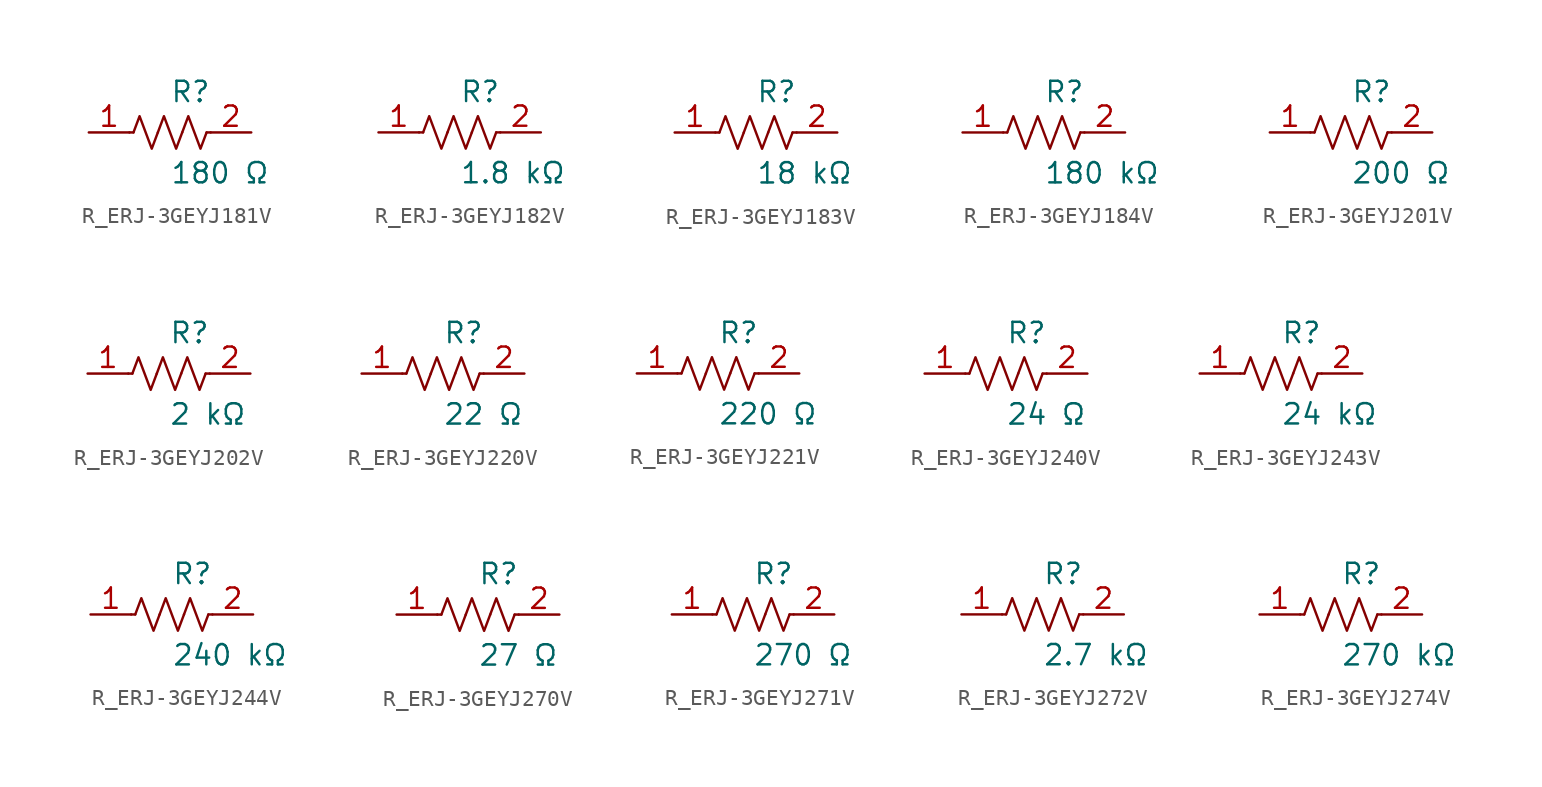
<source format=kicad_sym>
(kicad_symbol_lib
  (version 20231120)
  (generator kicad_symbol_editor)
  (generator_version 8.0)
  (symbol "R_ERJ-3GEYJ181V"
    (pin_names
      (offset 0.254))
    (property "Reference" "R"
      (at 0.0 2.54 0)
      (effects (font (size 1.27 1.27)) (justify left)))
    (property "Value" "180 Ω"
      (at 0.0 -2.54 0)
      (effects (font (size 1.27 1.27)) (justify left)))
    (symbol "R_ERJ-3GEYJ181V_0_1"
      (polyline (pts (xy 2.286 0) (xy 2.54 0)) (stroke (width 0) (type default)) (fill (type none)))
      (polyline (pts (xy -2.286 0) (xy -2.54 0)) (stroke (width 0) (type default)) (fill (type none)))
      (polyline (pts (xy 0.762 0) (xy 1.143 1.016) (xy 1.524 0) (xy 1.905 -1.016) (xy 2.286 0)) (stroke (width 0) (type default)) (fill (type none)))
      (polyline (pts (xy -0.762 0) (xy -0.381 1.016) (xy 0 0) (xy 0.381 -1.016) (xy 0.762 0)) (stroke (width 0) (type default)) (fill (type none)))
      (polyline (pts (xy -2.286 0) (xy -1.905 1.016) (xy -1.524 0) (xy -1.143 -1.016) (xy -0.762 0)) (stroke (width 0) (type default)) (fill (type none))))
    (pin unspecified line
      (at -5.08 0 0)
      (length 2.54)
      (name "" (effects (font (size 1.27 1.27))))
      (number "1" (effects (font (size 1.27 1.27)))))
    (pin unspecified line
      (at 5.08 0 180)
      (length 2.54)
      (name "" (effects (font (size 1.27 1.27))))
      (number "2" (effects (font (size 1.27 1.27))))))
  (symbol "R_ERJ-3GEYJ182V"
    (pin_names
      (offset 0.254))
    (property "Reference" "R"
      (at 0.0 2.54 0)
      (effects (font (size 1.27 1.27)) (justify left)))
    (property "Value" "1.8 kΩ"
      (at 0.0 -2.54 0)
      (effects (font (size 1.27 1.27)) (justify left)))
    (symbol "R_ERJ-3GEYJ182V_0_1"
      (polyline (pts (xy 2.286 0) (xy 2.54 0)) (stroke (width 0) (type default)) (fill (type none)))
      (polyline (pts (xy -2.286 0) (xy -2.54 0)) (stroke (width 0) (type default)) (fill (type none)))
      (polyline (pts (xy 0.762 0) (xy 1.143 1.016) (xy 1.524 0) (xy 1.905 -1.016) (xy 2.286 0)) (stroke (width 0) (type default)) (fill (type none)))
      (polyline (pts (xy -0.762 0) (xy -0.381 1.016) (xy 0 0) (xy 0.381 -1.016) (xy 0.762 0)) (stroke (width 0) (type default)) (fill (type none)))
      (polyline (pts (xy -2.286 0) (xy -1.905 1.016) (xy -1.524 0) (xy -1.143 -1.016) (xy -0.762 0)) (stroke (width 0) (type default)) (fill (type none))))
    (pin unspecified line
      (at -5.08 0 0)
      (length 2.54)
      (name "" (effects (font (size 1.27 1.27))))
      (number "1" (effects (font (size 1.27 1.27)))))
    (pin unspecified line
      (at 5.08 0 180)
      (length 2.54)
      (name "" (effects (font (size 1.27 1.27))))
      (number "2" (effects (font (size 1.27 1.27))))))
  (symbol "R_ERJ-3GEYJ183V"
    (pin_names
      (offset 0.254))
    (property "Reference" "R"
      (at 0.0 2.54 0)
      (effects (font (size 1.27 1.27)) (justify left)))
    (property "Value" "18 kΩ"
      (at 0.0 -2.54 0)
      (effects (font (size 1.27 1.27)) (justify left)))
    (symbol "R_ERJ-3GEYJ183V_0_1"
      (polyline (pts (xy 2.286 0) (xy 2.54 0)) (stroke (width 0) (type default)) (fill (type none)))
      (polyline (pts (xy -2.286 0) (xy -2.54 0)) (stroke (width 0) (type default)) (fill (type none)))
      (polyline (pts (xy 0.762 0) (xy 1.143 1.016) (xy 1.524 0) (xy 1.905 -1.016) (xy 2.286 0)) (stroke (width 0) (type default)) (fill (type none)))
      (polyline (pts (xy -0.762 0) (xy -0.381 1.016) (xy 0 0) (xy 0.381 -1.016) (xy 0.762 0)) (stroke (width 0) (type default)) (fill (type none)))
      (polyline (pts (xy -2.286 0) (xy -1.905 1.016) (xy -1.524 0) (xy -1.143 -1.016) (xy -0.762 0)) (stroke (width 0) (type default)) (fill (type none))))
    (pin unspecified line
      (at -5.08 0 0)
      (length 2.54)
      (name "" (effects (font (size 1.27 1.27))))
      (number "1" (effects (font (size 1.27 1.27)))))
    (pin unspecified line
      (at 5.08 0 180)
      (length 2.54)
      (name "" (effects (font (size 1.27 1.27))))
      (number "2" (effects (font (size 1.27 1.27))))))
  (symbol "R_ERJ-3GEYJ184V"
    (pin_names
      (offset 0.254))
    (property "Reference" "R"
      (at 0.0 2.54 0)
      (effects (font (size 1.27 1.27)) (justify left)))
    (property "Value" "180 kΩ"
      (at 0.0 -2.54 0)
      (effects (font (size 1.27 1.27)) (justify left)))
    (symbol "R_ERJ-3GEYJ184V_0_1"
      (polyline (pts (xy 2.286 0) (xy 2.54 0)) (stroke (width 0) (type default)) (fill (type none)))
      (polyline (pts (xy -2.286 0) (xy -2.54 0)) (stroke (width 0) (type default)) (fill (type none)))
      (polyline (pts (xy 0.762 0) (xy 1.143 1.016) (xy 1.524 0) (xy 1.905 -1.016) (xy 2.286 0)) (stroke (width 0) (type default)) (fill (type none)))
      (polyline (pts (xy -0.762 0) (xy -0.381 1.016) (xy 0 0) (xy 0.381 -1.016) (xy 0.762 0)) (stroke (width 0) (type default)) (fill (type none)))
      (polyline (pts (xy -2.286 0) (xy -1.905 1.016) (xy -1.524 0) (xy -1.143 -1.016) (xy -0.762 0)) (stroke (width 0) (type default)) (fill (type none))))
    (pin unspecified line
      (at -5.08 0 0)
      (length 2.54)
      (name "" (effects (font (size 1.27 1.27))))
      (number "1" (effects (font (size 1.27 1.27)))))
    (pin unspecified line
      (at 5.08 0 180)
      (length 2.54)
      (name "" (effects (font (size 1.27 1.27))))
      (number "2" (effects (font (size 1.27 1.27))))))
  (symbol "R_ERJ-3GEYJ201V"
    (pin_names
      (offset 0.254))
    (property "Reference" "R"
      (at 0.0 2.54 0)
      (effects (font (size 1.27 1.27)) (justify left)))
    (property "Value" "200 Ω"
      (at 0.0 -2.54 0)
      (effects (font (size 1.27 1.27)) (justify left)))
    (symbol "R_ERJ-3GEYJ201V_0_1"
      (polyline (pts (xy 2.286 0) (xy 2.54 0)) (stroke (width 0) (type default)) (fill (type none)))
      (polyline (pts (xy -2.286 0) (xy -2.54 0)) (stroke (width 0) (type default)) (fill (type none)))
      (polyline (pts (xy 0.762 0) (xy 1.143 1.016) (xy 1.524 0) (xy 1.905 -1.016) (xy 2.286 0)) (stroke (width 0) (type default)) (fill (type none)))
      (polyline (pts (xy -0.762 0) (xy -0.381 1.016) (xy 0 0) (xy 0.381 -1.016) (xy 0.762 0)) (stroke (width 0) (type default)) (fill (type none)))
      (polyline (pts (xy -2.286 0) (xy -1.905 1.016) (xy -1.524 0) (xy -1.143 -1.016) (xy -0.762 0)) (stroke (width 0) (type default)) (fill (type none))))
    (pin unspecified line
      (at -5.08 0 0)
      (length 2.54)
      (name "" (effects (font (size 1.27 1.27))))
      (number "1" (effects (font (size 1.27 1.27)))))
    (pin unspecified line
      (at 5.08 0 180)
      (length 2.54)
      (name "" (effects (font (size 1.27 1.27))))
      (number "2" (effects (font (size 1.27 1.27))))))
  (symbol "R_ERJ-3GEYJ202V"
    (pin_names
      (offset 0.254))
    (property "Reference" "R"
      (at 0.0 2.54 0)
      (effects (font (size 1.27 1.27)) (justify left)))
    (property "Value" "2 kΩ"
      (at 0.0 -2.54 0)
      (effects (font (size 1.27 1.27)) (justify left)))
    (symbol "R_ERJ-3GEYJ202V_0_1"
      (polyline (pts (xy 2.286 0) (xy 2.54 0)) (stroke (width 0) (type default)) (fill (type none)))
      (polyline (pts (xy -2.286 0) (xy -2.54 0)) (stroke (width 0) (type default)) (fill (type none)))
      (polyline (pts (xy 0.762 0) (xy 1.143 1.016) (xy 1.524 0) (xy 1.905 -1.016) (xy 2.286 0)) (stroke (width 0) (type default)) (fill (type none)))
      (polyline (pts (xy -0.762 0) (xy -0.381 1.016) (xy 0 0) (xy 0.381 -1.016) (xy 0.762 0)) (stroke (width 0) (type default)) (fill (type none)))
      (polyline (pts (xy -2.286 0) (xy -1.905 1.016) (xy -1.524 0) (xy -1.143 -1.016) (xy -0.762 0)) (stroke (width 0) (type default)) (fill (type none))))
    (pin unspecified line
      (at -5.08 0 0)
      (length 2.54)
      (name "" (effects (font (size 1.27 1.27))))
      (number "1" (effects (font (size 1.27 1.27)))))
    (pin unspecified line
      (at 5.08 0 180)
      (length 2.54)
      (name "" (effects (font (size 1.27 1.27))))
      (number "2" (effects (font (size 1.27 1.27))))))
  (symbol "R_ERJ-3GEYJ220V"
    (pin_names
      (offset 0.254))
    (property "Reference" "R"
      (at 0.0 2.54 0)
      (effects (font (size 1.27 1.27)) (justify left)))
    (property "Value" "22 Ω"
      (at 0.0 -2.54 0)
      (effects (font (size 1.27 1.27)) (justify left)))
    (symbol "R_ERJ-3GEYJ220V_0_1"
      (polyline (pts (xy 2.286 0) (xy 2.54 0)) (stroke (width 0) (type default)) (fill (type none)))
      (polyline (pts (xy -2.286 0) (xy -2.54 0)) (stroke (width 0) (type default)) (fill (type none)))
      (polyline (pts (xy 0.762 0) (xy 1.143 1.016) (xy 1.524 0) (xy 1.905 -1.016) (xy 2.286 0)) (stroke (width 0) (type default)) (fill (type none)))
      (polyline (pts (xy -0.762 0) (xy -0.381 1.016) (xy 0 0) (xy 0.381 -1.016) (xy 0.762 0)) (stroke (width 0) (type default)) (fill (type none)))
      (polyline (pts (xy -2.286 0) (xy -1.905 1.016) (xy -1.524 0) (xy -1.143 -1.016) (xy -0.762 0)) (stroke (width 0) (type default)) (fill (type none))))
    (pin unspecified line
      (at -5.08 0 0)
      (length 2.54)
      (name "" (effects (font (size 1.27 1.27))))
      (number "1" (effects (font (size 1.27 1.27)))))
    (pin unspecified line
      (at 5.08 0 180)
      (length 2.54)
      (name "" (effects (font (size 1.27 1.27))))
      (number "2" (effects (font (size 1.27 1.27))))))
  (symbol "R_ERJ-3GEYJ221V"
    (pin_names
      (offset 0.254))
    (property "Reference" "R"
      (at 0.0 2.54 0)
      (effects (font (size 1.27 1.27)) (justify left)))
    (property "Value" "220 Ω"
      (at 0.0 -2.54 0)
      (effects (font (size 1.27 1.27)) (justify left)))
    (symbol "R_ERJ-3GEYJ221V_0_1"
      (polyline (pts (xy 2.286 0) (xy 2.54 0)) (stroke (width 0) (type default)) (fill (type none)))
      (polyline (pts (xy -2.286 0) (xy -2.54 0)) (stroke (width 0) (type default)) (fill (type none)))
      (polyline (pts (xy 0.762 0) (xy 1.143 1.016) (xy 1.524 0) (xy 1.905 -1.016) (xy 2.286 0)) (stroke (width 0) (type default)) (fill (type none)))
      (polyline (pts (xy -0.762 0) (xy -0.381 1.016) (xy 0 0) (xy 0.381 -1.016) (xy 0.762 0)) (stroke (width 0) (type default)) (fill (type none)))
      (polyline (pts (xy -2.286 0) (xy -1.905 1.016) (xy -1.524 0) (xy -1.143 -1.016) (xy -0.762 0)) (stroke (width 0) (type default)) (fill (type none))))
    (pin unspecified line
      (at -5.08 0 0)
      (length 2.54)
      (name "" (effects (font (size 1.27 1.27))))
      (number "1" (effects (font (size 1.27 1.27)))))
    (pin unspecified line
      (at 5.08 0 180)
      (length 2.54)
      (name "" (effects (font (size 1.27 1.27))))
      (number "2" (effects (font (size 1.27 1.27))))))
  (symbol "R_ERJ-3GEYJ240V"
    (pin_names
      (offset 0.254))
    (property "Reference" "R"
      (at 0.0 2.54 0)
      (effects (font (size 1.27 1.27)) (justify left)))
    (property "Value" "24 Ω"
      (at 0.0 -2.54 0)
      (effects (font (size 1.27 1.27)) (justify left)))
    (symbol "R_ERJ-3GEYJ240V_0_1"
      (polyline (pts (xy 2.286 0) (xy 2.54 0)) (stroke (width 0) (type default)) (fill (type none)))
      (polyline (pts (xy -2.286 0) (xy -2.54 0)) (stroke (width 0) (type default)) (fill (type none)))
      (polyline (pts (xy 0.762 0) (xy 1.143 1.016) (xy 1.524 0) (xy 1.905 -1.016) (xy 2.286 0)) (stroke (width 0) (type default)) (fill (type none)))
      (polyline (pts (xy -0.762 0) (xy -0.381 1.016) (xy 0 0) (xy 0.381 -1.016) (xy 0.762 0)) (stroke (width 0) (type default)) (fill (type none)))
      (polyline (pts (xy -2.286 0) (xy -1.905 1.016) (xy -1.524 0) (xy -1.143 -1.016) (xy -0.762 0)) (stroke (width 0) (type default)) (fill (type none))))
    (pin unspecified line
      (at -5.08 0 0)
      (length 2.54)
      (name "" (effects (font (size 1.27 1.27))))
      (number "1" (effects (font (size 1.27 1.27)))))
    (pin unspecified line
      (at 5.08 0 180)
      (length 2.54)
      (name "" (effects (font (size 1.27 1.27))))
      (number "2" (effects (font (size 1.27 1.27))))))
  (symbol "R_ERJ-3GEYJ243V"
    (pin_names
      (offset 0.254))
    (property "Reference" "R"
      (at 0.0 2.54 0)
      (effects (font (size 1.27 1.27)) (justify left)))
    (property "Value" "24 kΩ"
      (at 0.0 -2.54 0)
      (effects (font (size 1.27 1.27)) (justify left)))
    (symbol "R_ERJ-3GEYJ243V_0_1"
      (polyline (pts (xy 2.286 0) (xy 2.54 0)) (stroke (width 0) (type default)) (fill (type none)))
      (polyline (pts (xy -2.286 0) (xy -2.54 0)) (stroke (width 0) (type default)) (fill (type none)))
      (polyline (pts (xy 0.762 0) (xy 1.143 1.016) (xy 1.524 0) (xy 1.905 -1.016) (xy 2.286 0)) (stroke (width 0) (type default)) (fill (type none)))
      (polyline (pts (xy -0.762 0) (xy -0.381 1.016) (xy 0 0) (xy 0.381 -1.016) (xy 0.762 0)) (stroke (width 0) (type default)) (fill (type none)))
      (polyline (pts (xy -2.286 0) (xy -1.905 1.016) (xy -1.524 0) (xy -1.143 -1.016) (xy -0.762 0)) (stroke (width 0) (type default)) (fill (type none))))
    (pin unspecified line
      (at -5.08 0 0)
      (length 2.54)
      (name "" (effects (font (size 1.27 1.27))))
      (number "1" (effects (font (size 1.27 1.27)))))
    (pin unspecified line
      (at 5.08 0 180)
      (length 2.54)
      (name "" (effects (font (size 1.27 1.27))))
      (number "2" (effects (font (size 1.27 1.27))))))
  (symbol "R_ERJ-3GEYJ244V"
    (pin_names
      (offset 0.254))
    (property "Reference" "R"
      (at 0.0 2.54 0)
      (effects (font (size 1.27 1.27)) (justify left)))
    (property "Value" "240 kΩ"
      (at 0.0 -2.54 0)
      (effects (font (size 1.27 1.27)) (justify left)))
    (symbol "R_ERJ-3GEYJ244V_0_1"
      (polyline (pts (xy 2.286 0) (xy 2.54 0)) (stroke (width 0) (type default)) (fill (type none)))
      (polyline (pts (xy -2.286 0) (xy -2.54 0)) (stroke (width 0) (type default)) (fill (type none)))
      (polyline (pts (xy 0.762 0) (xy 1.143 1.016) (xy 1.524 0) (xy 1.905 -1.016) (xy 2.286 0)) (stroke (width 0) (type default)) (fill (type none)))
      (polyline (pts (xy -0.762 0) (xy -0.381 1.016) (xy 0 0) (xy 0.381 -1.016) (xy 0.762 0)) (stroke (width 0) (type default)) (fill (type none)))
      (polyline (pts (xy -2.286 0) (xy -1.905 1.016) (xy -1.524 0) (xy -1.143 -1.016) (xy -0.762 0)) (stroke (width 0) (type default)) (fill (type none))))
    (pin unspecified line
      (at -5.08 0 0)
      (length 2.54)
      (name "" (effects (font (size 1.27 1.27))))
      (number "1" (effects (font (size 1.27 1.27)))))
    (pin unspecified line
      (at 5.08 0 180)
      (length 2.54)
      (name "" (effects (font (size 1.27 1.27))))
      (number "2" (effects (font (size 1.27 1.27))))))
  (symbol "R_ERJ-3GEYJ270V"
    (pin_names
      (offset 0.254))
    (property "Reference" "R"
      (at 0.0 2.54 0)
      (effects (font (size 1.27 1.27)) (justify left)))
    (property "Value" "27 Ω"
      (at 0.0 -2.54 0)
      (effects (font (size 1.27 1.27)) (justify left)))
    (symbol "R_ERJ-3GEYJ270V_0_1"
      (polyline (pts (xy 2.286 0) (xy 2.54 0)) (stroke (width 0) (type default)) (fill (type none)))
      (polyline (pts (xy -2.286 0) (xy -2.54 0)) (stroke (width 0) (type default)) (fill (type none)))
      (polyline (pts (xy 0.762 0) (xy 1.143 1.016) (xy 1.524 0) (xy 1.905 -1.016) (xy 2.286 0)) (stroke (width 0) (type default)) (fill (type none)))
      (polyline (pts (xy -0.762 0) (xy -0.381 1.016) (xy 0 0) (xy 0.381 -1.016) (xy 0.762 0)) (stroke (width 0) (type default)) (fill (type none)))
      (polyline (pts (xy -2.286 0) (xy -1.905 1.016) (xy -1.524 0) (xy -1.143 -1.016) (xy -0.762 0)) (stroke (width 0) (type default)) (fill (type none))))
    (pin unspecified line
      (at -5.08 0 0)
      (length 2.54)
      (name "" (effects (font (size 1.27 1.27))))
      (number "1" (effects (font (size 1.27 1.27)))))
    (pin unspecified line
      (at 5.08 0 180)
      (length 2.54)
      (name "" (effects (font (size 1.27 1.27))))
      (number "2" (effects (font (size 1.27 1.27))))))
  (symbol "R_ERJ-3GEYJ271V"
    (pin_names
      (offset 0.254))
    (property "Reference" "R"
      (at 0.0 2.54 0)
      (effects (font (size 1.27 1.27)) (justify left)))
    (property "Value" "270 Ω"
      (at 0.0 -2.54 0)
      (effects (font (size 1.27 1.27)) (justify left)))
    (symbol "R_ERJ-3GEYJ271V_0_1"
      (polyline (pts (xy 2.286 0) (xy 2.54 0)) (stroke (width 0) (type default)) (fill (type none)))
      (polyline (pts (xy -2.286 0) (xy -2.54 0)) (stroke (width 0) (type default)) (fill (type none)))
      (polyline (pts (xy 0.762 0) (xy 1.143 1.016) (xy 1.524 0) (xy 1.905 -1.016) (xy 2.286 0)) (stroke (width 0) (type default)) (fill (type none)))
      (polyline (pts (xy -0.762 0) (xy -0.381 1.016) (xy 0 0) (xy 0.381 -1.016) (xy 0.762 0)) (stroke (width 0) (type default)) (fill (type none)))
      (polyline (pts (xy -2.286 0) (xy -1.905 1.016) (xy -1.524 0) (xy -1.143 -1.016) (xy -0.762 0)) (stroke (width 0) (type default)) (fill (type none))))
    (pin unspecified line
      (at -5.08 0 0)
      (length 2.54)
      (name "" (effects (font (size 1.27 1.27))))
      (number "1" (effects (font (size 1.27 1.27)))))
    (pin unspecified line
      (at 5.08 0 180)
      (length 2.54)
      (name "" (effects (font (size 1.27 1.27))))
      (number "2" (effects (font (size 1.27 1.27))))))
  (symbol "R_ERJ-3GEYJ272V"
    (pin_names
      (offset 0.254))
    (property "Reference" "R"
      (at 0.0 2.54 0)
      (effects (font (size 1.27 1.27)) (justify left)))
    (property "Value" "2.7 kΩ"
      (at 0.0 -2.54 0)
      (effects (font (size 1.27 1.27)) (justify left)))
    (symbol "R_ERJ-3GEYJ272V_0_1"
      (polyline (pts (xy 2.286 0) (xy 2.54 0)) (stroke (width 0) (type default)) (fill (type none)))
      (polyline (pts (xy -2.286 0) (xy -2.54 0)) (stroke (width 0) (type default)) (fill (type none)))
      (polyline (pts (xy 0.762 0) (xy 1.143 1.016) (xy 1.524 0) (xy 1.905 -1.016) (xy 2.286 0)) (stroke (width 0) (type default)) (fill (type none)))
      (polyline (pts (xy -0.762 0) (xy -0.381 1.016) (xy 0 0) (xy 0.381 -1.016) (xy 0.762 0)) (stroke (width 0) (type default)) (fill (type none)))
      (polyline (pts (xy -2.286 0) (xy -1.905 1.016) (xy -1.524 0) (xy -1.143 -1.016) (xy -0.762 0)) (stroke (width 0) (type default)) (fill (type none))))
    (pin unspecified line
      (at -5.08 0 0)
      (length 2.54)
      (name "" (effects (font (size 1.27 1.27))))
      (number "1" (effects (font (size 1.27 1.27)))))
    (pin unspecified line
      (at 5.08 0 180)
      (length 2.54)
      (name "" (effects (font (size 1.27 1.27))))
      (number "2" (effects (font (size 1.27 1.27))))))
  (symbol "R_ERJ-3GEYJ274V"
    (pin_names
      (offset 0.254))
    (property "Reference" "R"
      (at 0.0 2.54 0)
      (effects (font (size 1.27 1.27)) (justify left)))
    (property "Value" "270 kΩ"
      (at 0.0 -2.54 0)
      (effects (font (size 1.27 1.27)) (justify left)))
    (symbol "R_ERJ-3GEYJ274V_0_1"
      (polyline (pts (xy 2.286 0) (xy 2.54 0)) (stroke (width 0) (type default)) (fill (type none)))
      (polyline (pts (xy -2.286 0) (xy -2.54 0)) (stroke (width 0) (type default)) (fill (type none)))
      (polyline (pts (xy 0.762 0) (xy 1.143 1.016) (xy 1.524 0) (xy 1.905 -1.016) (xy 2.286 0)) (stroke (width 0) (type default)) (fill (type none)))
      (polyline (pts (xy -0.762 0) (xy -0.381 1.016) (xy 0 0) (xy 0.381 -1.016) (xy 0.762 0)) (stroke (width 0) (type default)) (fill (type none)))
      (polyline (pts (xy -2.286 0) (xy -1.905 1.016) (xy -1.524 0) (xy -1.143 -1.016) (xy -0.762 0)) (stroke (width 0) (type default)) (fill (type none))))
    (pin unspecified line
      (at -5.08 0 0)
      (length 2.54)
      (name "" (effects (font (size 1.27 1.27))))
      (number "1" (effects (font (size 1.27 1.27)))))
    (pin unspecified line
      (at 5.08 0 180)
      (length 2.54)
      (name "" (effects (font (size 1.27 1.27))))
      (number "2" (effects (font (size 1.27 1.27)))))))
</source>
